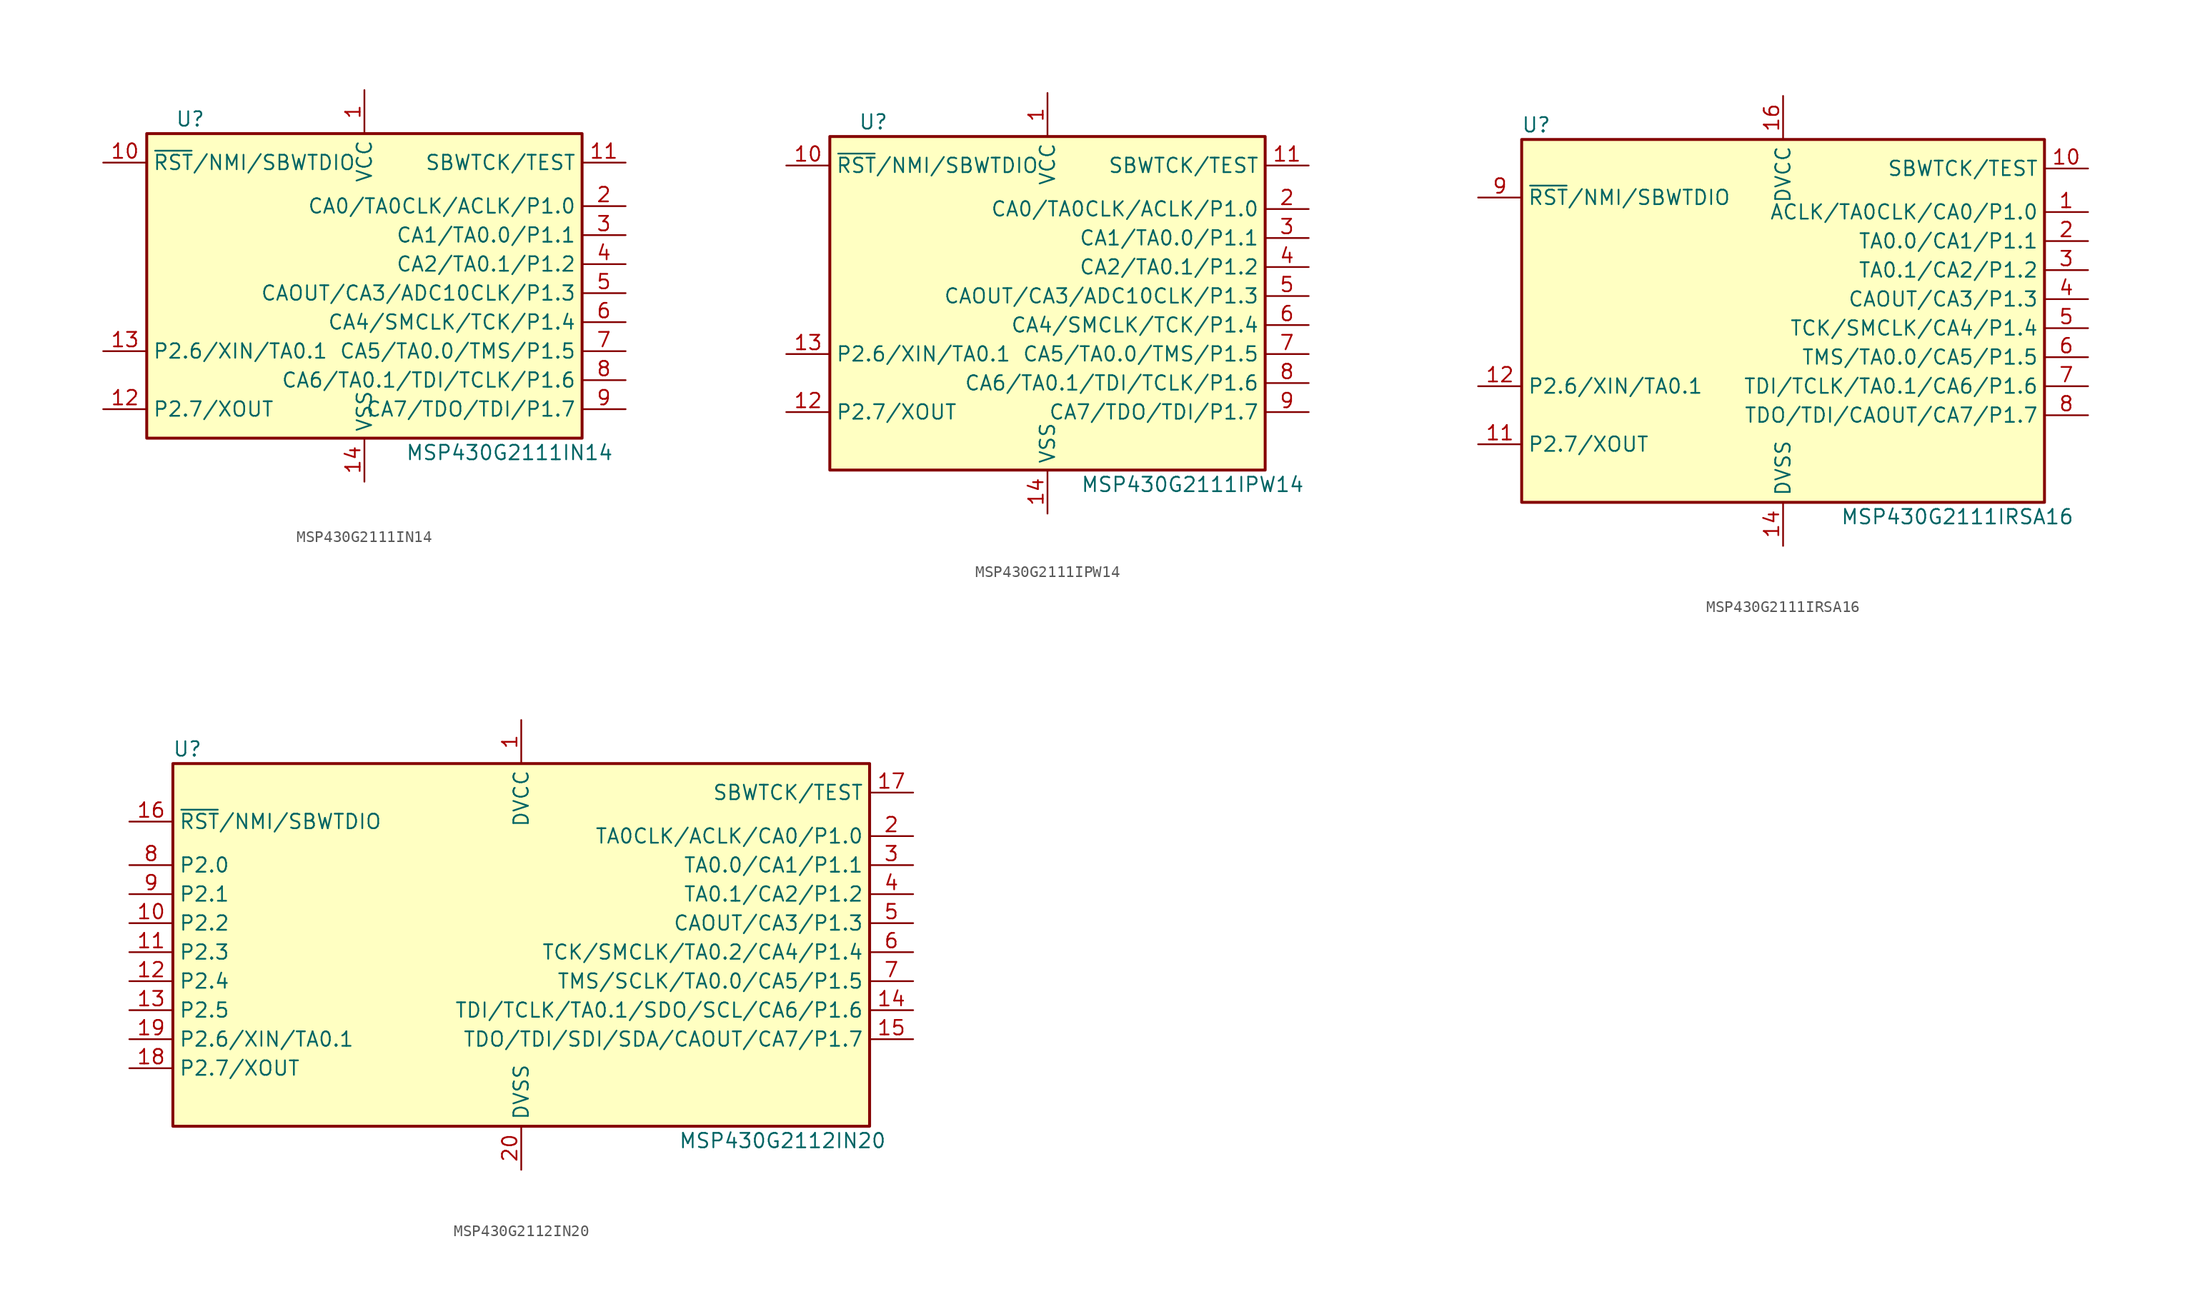
<source format=kicad_sym>
(kicad_symbol_lib
  (version 20201005)
  (generator kicad_symbol_editor)
  (symbol "MCU_Texas_MSP430:MSP430G2111IN14"
    (property "Reference" "U"
      (at -15.24 15.24 0)
      (effects (font (size 1.27 1.27))))
    (property "Value" "MSP430G2111IN14"
      (at 12.7 -13.97 0)
      (effects (font (size 1.27 1.27))))
    (symbol "MSP430G2111IN14_0_1"
      (rectangle (start -19.05 13.97) (end 19.05 -12.7) (stroke (width 0.254)) (fill (type background))))
    (symbol "MSP430G2111IN14_1_1"
      (pin power_in line (at 0 17.78 270) (length 3.81) (name "VCC" (effects (font (size 1.27 1.27)))) (number "1" (effects (font (size 1.27 1.27)))))
      (pin input line (at -22.86 11.43 0) (length 3.81) (name "~RST~/NMI/SBWTDIO" (effects (font (size 1.27 1.27)))) (number "10" (effects (font (size 1.27 1.27)))))
      (pin input line (at 22.86 11.43 180) (length 3.81) (name "SBWTCK/TEST" (effects (font (size 1.27 1.27)))) (number "11" (effects (font (size 1.27 1.27)))))
      (pin bidirectional line (at -22.86 -10.16 0) (length 3.81) (name "P2.7/XOUT" (effects (font (size 1.27 1.27)))) (number "12" (effects (font (size 1.27 1.27)))))
      (pin bidirectional line (at -22.86 -5.08 0) (length 3.81) (name "P2.6/XIN/TA0.1" (effects (font (size 1.27 1.27)))) (number "13" (effects (font (size 1.27 1.27)))))
      (pin power_in line (at 0 -16.51 90) (length 3.81) (name "VSS" (effects (font (size 1.27 1.27)))) (number "14" (effects (font (size 1.27 1.27)))))
      (pin bidirectional line (at 22.86 7.62 180) (length 3.81) (name "CA0/TA0CLK/ACLK/P1.0" (effects (font (size 1.27 1.27)))) (number "2" (effects (font (size 1.27 1.27)))))
      (pin bidirectional line (at 22.86 5.08 180) (length 3.81) (name "CA1/TA0.0/P1.1" (effects (font (size 1.27 1.27)))) (number "3" (effects (font (size 1.27 1.27)))))
      (pin bidirectional line (at 22.86 2.54 180) (length 3.81) (name "CA2/TA0.1/P1.2" (effects (font (size 1.27 1.27)))) (number "4" (effects (font (size 1.27 1.27)))))
      (pin bidirectional line (at 22.86 0 180) (length 3.81) (name "CAOUT/CA3/ADC10CLK/P1.3" (effects (font (size 1.27 1.27)))) (number "5" (effects (font (size 1.27 1.27)))))
      (pin bidirectional line (at 22.86 -2.54 180) (length 3.81) (name "CA4/SMCLK/TCK/P1.4" (effects (font (size 1.27 1.27)))) (number "6" (effects (font (size 1.27 1.27)))))
      (pin bidirectional line (at 22.86 -5.08 180) (length 3.81) (name "CA5/TA0.0/TMS/P1.5" (effects (font (size 1.27 1.27)))) (number "7" (effects (font (size 1.27 1.27)))))
      (pin bidirectional line (at 22.86 -7.62 180) (length 3.81) (name "CA6/TA0.1/TDI/TCLK/P1.6" (effects (font (size 1.27 1.27)))) (number "8" (effects (font (size 1.27 1.27)))))
      (pin bidirectional line (at 22.86 -10.16 180) (length 3.81) (name "CA7/TDO/TDI/P1.7" (effects (font (size 1.27 1.27)))) (number "9" (effects (font (size 1.27 1.27)))))))
  (symbol "MCU_Texas_MSP430:MSP430G2111IPW14"
    (property "Reference" "U"
      (at -15.24 15.24 0)
      (effects (font (size 1.27 1.27))))
    (property "Value" "MSP430G2111IPW14"
      (at 12.7 -16.51 0)
      (effects (font (size 1.27 1.27))))
    (symbol "MSP430G2111IPW14_0_1"
      (rectangle (start -19.05 13.97) (end 19.05 -15.24) (stroke (width 0.254)) (fill (type background))))
    (symbol "MSP430G2111IPW14_1_1"
      (pin power_in line (at 0 17.78 270) (length 3.81) (name "VCC" (effects (font (size 1.27 1.27)))) (number "1" (effects (font (size 1.27 1.27)))))
      (pin input line (at -22.86 11.43 0) (length 3.81) (name "~RST~/NMI/SBWTDIO" (effects (font (size 1.27 1.27)))) (number "10" (effects (font (size 1.27 1.27)))))
      (pin input line (at 22.86 11.43 180) (length 3.81) (name "SBWTCK/TEST" (effects (font (size 1.27 1.27)))) (number "11" (effects (font (size 1.27 1.27)))))
      (pin bidirectional line (at -22.86 -10.16 0) (length 3.81) (name "P2.7/XOUT" (effects (font (size 1.27 1.27)))) (number "12" (effects (font (size 1.27 1.27)))))
      (pin bidirectional line (at -22.86 -5.08 0) (length 3.81) (name "P2.6/XIN/TA0.1" (effects (font (size 1.27 1.27)))) (number "13" (effects (font (size 1.27 1.27)))))
      (pin power_in line (at 0 -19.05 90) (length 3.81) (name "VSS" (effects (font (size 1.27 1.27)))) (number "14" (effects (font (size 1.27 1.27)))))
      (pin bidirectional line (at 22.86 7.62 180) (length 3.81) (name "CA0/TA0CLK/ACLK/P1.0" (effects (font (size 1.27 1.27)))) (number "2" (effects (font (size 1.27 1.27)))))
      (pin bidirectional line (at 22.86 5.08 180) (length 3.81) (name "CA1/TA0.0/P1.1" (effects (font (size 1.27 1.27)))) (number "3" (effects (font (size 1.27 1.27)))))
      (pin bidirectional line (at 22.86 2.54 180) (length 3.81) (name "CA2/TA0.1/P1.2" (effects (font (size 1.27 1.27)))) (number "4" (effects (font (size 1.27 1.27)))))
      (pin bidirectional line (at 22.86 0 180) (length 3.81) (name "CAOUT/CA3/ADC10CLK/P1.3" (effects (font (size 1.27 1.27)))) (number "5" (effects (font (size 1.27 1.27)))))
      (pin bidirectional line (at 22.86 -2.54 180) (length 3.81) (name "CA4/SMCLK/TCK/P1.4" (effects (font (size 1.27 1.27)))) (number "6" (effects (font (size 1.27 1.27)))))
      (pin bidirectional line (at 22.86 -5.08 180) (length 3.81) (name "CA5/TA0.0/TMS/P1.5" (effects (font (size 1.27 1.27)))) (number "7" (effects (font (size 1.27 1.27)))))
      (pin bidirectional line (at 22.86 -7.62 180) (length 3.81) (name "CA6/TA0.1/TDI/TCLK/P1.6" (effects (font (size 1.27 1.27)))) (number "8" (effects (font (size 1.27 1.27)))))
      (pin bidirectional line (at 22.86 -10.16 180) (length 3.81) (name "CA7/TDO/TDI/P1.7" (effects (font (size 1.27 1.27)))) (number "9" (effects (font (size 1.27 1.27)))))))
  (symbol "MCU_Texas_MSP430:MSP430G2111IRSA16"
    (property "Reference" "U"
      (at -21.59 17.78 0)
      (effects (font (size 1.27 1.27))))
    (property "Value" "MSP430G2111IRSA16"
      (at 15.24 -16.51 0)
      (effects (font (size 1.27 1.27))))
    (symbol "MSP430G2111IRSA16_0_1"
      (rectangle (start -22.86 16.51) (end 22.86 -15.24) (stroke (width 0.254)) (fill (type background))))
    (symbol "MSP430G2111IRSA16_1_1"
      (pin bidirectional line (at 26.67 10.16 180) (length 3.81) (name "ACLK/TA0CLK/CA0/P1.0" (effects (font (size 1.27 1.27)))) (number "1" (effects (font (size 1.27 1.27)))))
      (pin input line (at 26.67 13.97 180) (length 3.81) (name "SBWTCK/TEST" (effects (font (size 1.27 1.27)))) (number "10" (effects (font (size 1.27 1.27)))))
      (pin bidirectional line (at -26.67 -10.16 0) (length 3.81) (name "P2.7/XOUT" (effects (font (size 1.27 1.27)))) (number "11" (effects (font (size 1.27 1.27)))))
      (pin bidirectional line (at -26.67 -5.08 0) (length 3.81) (name "P2.6/XIN/TA0.1" (effects (font (size 1.27 1.27)))) (number "12" (effects (font (size 1.27 1.27)))))
      (pin power_in line (at 0 -19.05 90) (length 3.81) (name "DVSS" (effects (font (size 1.27 1.27)))) (number "14" (effects (font (size 1.27 1.27)))))
      (pin power_in line (at 0 20.32 270) (length 3.81) (name "DVCC" (effects (font (size 1.27 1.27)))) (number "16" (effects (font (size 1.27 1.27)))))
      (pin bidirectional line (at 26.67 7.62 180) (length 3.81) (name "TA0.0/CA1/P1.1" (effects (font (size 1.27 1.27)))) (number "2" (effects (font (size 1.27 1.27)))))
      (pin bidirectional line (at 26.67 5.08 180) (length 3.81) (name "TA0.1/CA2/P1.2" (effects (font (size 1.27 1.27)))) (number "3" (effects (font (size 1.27 1.27)))))
      (pin bidirectional line (at 26.67 2.54 180) (length 3.81) (name "CAOUT/CA3/P1.3" (effects (font (size 1.27 1.27)))) (number "4" (effects (font (size 1.27 1.27)))))
      (pin bidirectional line (at 26.67 0 180) (length 3.81) (name "TCK/SMCLK/CA4/P1.4" (effects (font (size 1.27 1.27)))) (number "5" (effects (font (size 1.27 1.27)))))
      (pin bidirectional line (at 26.67 -2.54 180) (length 3.81) (name "TMS/TA0.0/CA5/P1.5" (effects (font (size 1.27 1.27)))) (number "6" (effects (font (size 1.27 1.27)))))
      (pin bidirectional line (at 26.67 -5.08 180) (length 3.81) (name "TDI/TCLK/TA0.1/CA6/P1.6" (effects (font (size 1.27 1.27)))) (number "7" (effects (font (size 1.27 1.27)))))
      (pin bidirectional line (at 26.67 -7.62 180) (length 3.81) (name "TDO/TDI/CAOUT/CA7/P1.7" (effects (font (size 1.27 1.27)))) (number "8" (effects (font (size 1.27 1.27)))))
      (pin input line (at -26.67 11.43 0) (length 3.81) (name "~RST~/NMI/SBWTDIO" (effects (font (size 1.27 1.27)))) (number "9" (effects (font (size 1.27 1.27)))))))
  (symbol "MCU_Texas_MSP430:MSP430G2112IN20"
    (property "Reference" "U"
      (at -29.21 17.78 0)
      (effects (font (size 1.27 1.27))))
    (property "Value" "MSP430G2112IN20"
      (at 22.86 -16.51 0)
      (effects (font (size 1.27 1.27))))
    (symbol "MSP430G2112IN20_0_1"
      (rectangle (start -30.48 16.51) (end 30.48 -15.24) (stroke (width 0.254)) (fill (type background))))
    (symbol "MSP430G2112IN20_1_1"
      (pin power_in line (at 0 20.32 270) (length 3.81) (name "DVCC" (effects (font (size 1.27 1.27)))) (number "1" (effects (font (size 1.27 1.27)))))
      (pin bidirectional line (at -34.29 2.54 0) (length 3.81) (name "P2.2" (effects (font (size 1.27 1.27)))) (number "10" (effects (font (size 1.27 1.27)))))
      (pin bidirectional line (at -34.29 0 0) (length 3.81) (name "P2.3" (effects (font (size 1.27 1.27)))) (number "11" (effects (font (size 1.27 1.27)))))
      (pin bidirectional line (at -34.29 -2.54 0) (length 3.81) (name "P2.4" (effects (font (size 1.27 1.27)))) (number "12" (effects (font (size 1.27 1.27)))))
      (pin bidirectional line (at -34.29 -5.08 0) (length 3.81) (name "P2.5" (effects (font (size 1.27 1.27)))) (number "13" (effects (font (size 1.27 1.27)))))
      (pin bidirectional line (at 34.29 -5.08 180) (length 3.81) (name "TDI/TCLK/TA0.1/SDO/SCL/CA6/P1.6" (effects (font (size 1.27 1.27)))) (number "14" (effects (font (size 1.27 1.27)))))
      (pin bidirectional line (at 34.29 -7.62 180) (length 3.81) (name "TDO/TDI/SDI/SDA/CAOUT/CA7/P1.7" (effects (font (size 1.27 1.27)))) (number "15" (effects (font (size 1.27 1.27)))))
      (pin input line (at -34.29 11.43 0) (length 3.81) (name "~RST~/NMI/SBWTDIO" (effects (font (size 1.27 1.27)))) (number "16" (effects (font (size 1.27 1.27)))))
      (pin input line (at 34.29 13.97 180) (length 3.81) (name "SBWTCK/TEST" (effects (font (size 1.27 1.27)))) (number "17" (effects (font (size 1.27 1.27)))))
      (pin bidirectional line (at -34.29 -10.16 0) (length 3.81) (name "P2.7/XOUT" (effects (font (size 1.27 1.27)))) (number "18" (effects (font (size 1.27 1.27)))))
      (pin bidirectional line (at -34.29 -7.62 0) (length 3.81) (name "P2.6/XIN/TA0.1" (effects (font (size 1.27 1.27)))) (number "19" (effects (font (size 1.27 1.27)))))
      (pin bidirectional line (at 34.29 10.16 180) (length 3.81) (name "TA0CLK/ACLK/CA0/P1.0" (effects (font (size 1.27 1.27)))) (number "2" (effects (font (size 1.27 1.27)))))
      (pin power_in line (at 0 -19.05 90) (length 3.81) (name "DVSS" (effects (font (size 1.27 1.27)))) (number "20" (effects (font (size 1.27 1.27)))))
      (pin bidirectional line (at 34.29 7.62 180) (length 3.81) (name "TA0.0/CA1/P1.1" (effects (font (size 1.27 1.27)))) (number "3" (effects (font (size 1.27 1.27)))))
      (pin bidirectional line (at 34.29 5.08 180) (length 3.81) (name "TA0.1/CA2/P1.2" (effects (font (size 1.27 1.27)))) (number "4" (effects (font (size 1.27 1.27)))))
      (pin bidirectional line (at 34.29 2.54 180) (length 3.81) (name "CAOUT/CA3/P1.3" (effects (font (size 1.27 1.27)))) (number "5" (effects (font (size 1.27 1.27)))))
      (pin bidirectional line (at 34.29 0 180) (length 3.81) (name "TCK/SMCLK/TA0.2/CA4/P1.4" (effects (font (size 1.27 1.27)))) (number "6" (effects (font (size 1.27 1.27)))))
      (pin bidirectional line (at 34.29 -2.54 180) (length 3.81) (name "TMS/SCLK/TA0.0/CA5/P1.5" (effects (font (size 1.27 1.27)))) (number "7" (effects (font (size 1.27 1.27)))))
      (pin bidirectional line (at -34.29 7.62 0) (length 3.81) (name "P2.0" (effects (font (size 1.27 1.27)))) (number "8" (effects (font (size 1.27 1.27)))))
      (pin bidirectional line (at -34.29 5.08 0) (length 3.81) (name "P2.1" (effects (font (size 1.27 1.27)))) (number "9" (effects (font (size 1.27 1.27))))))))
</source>
